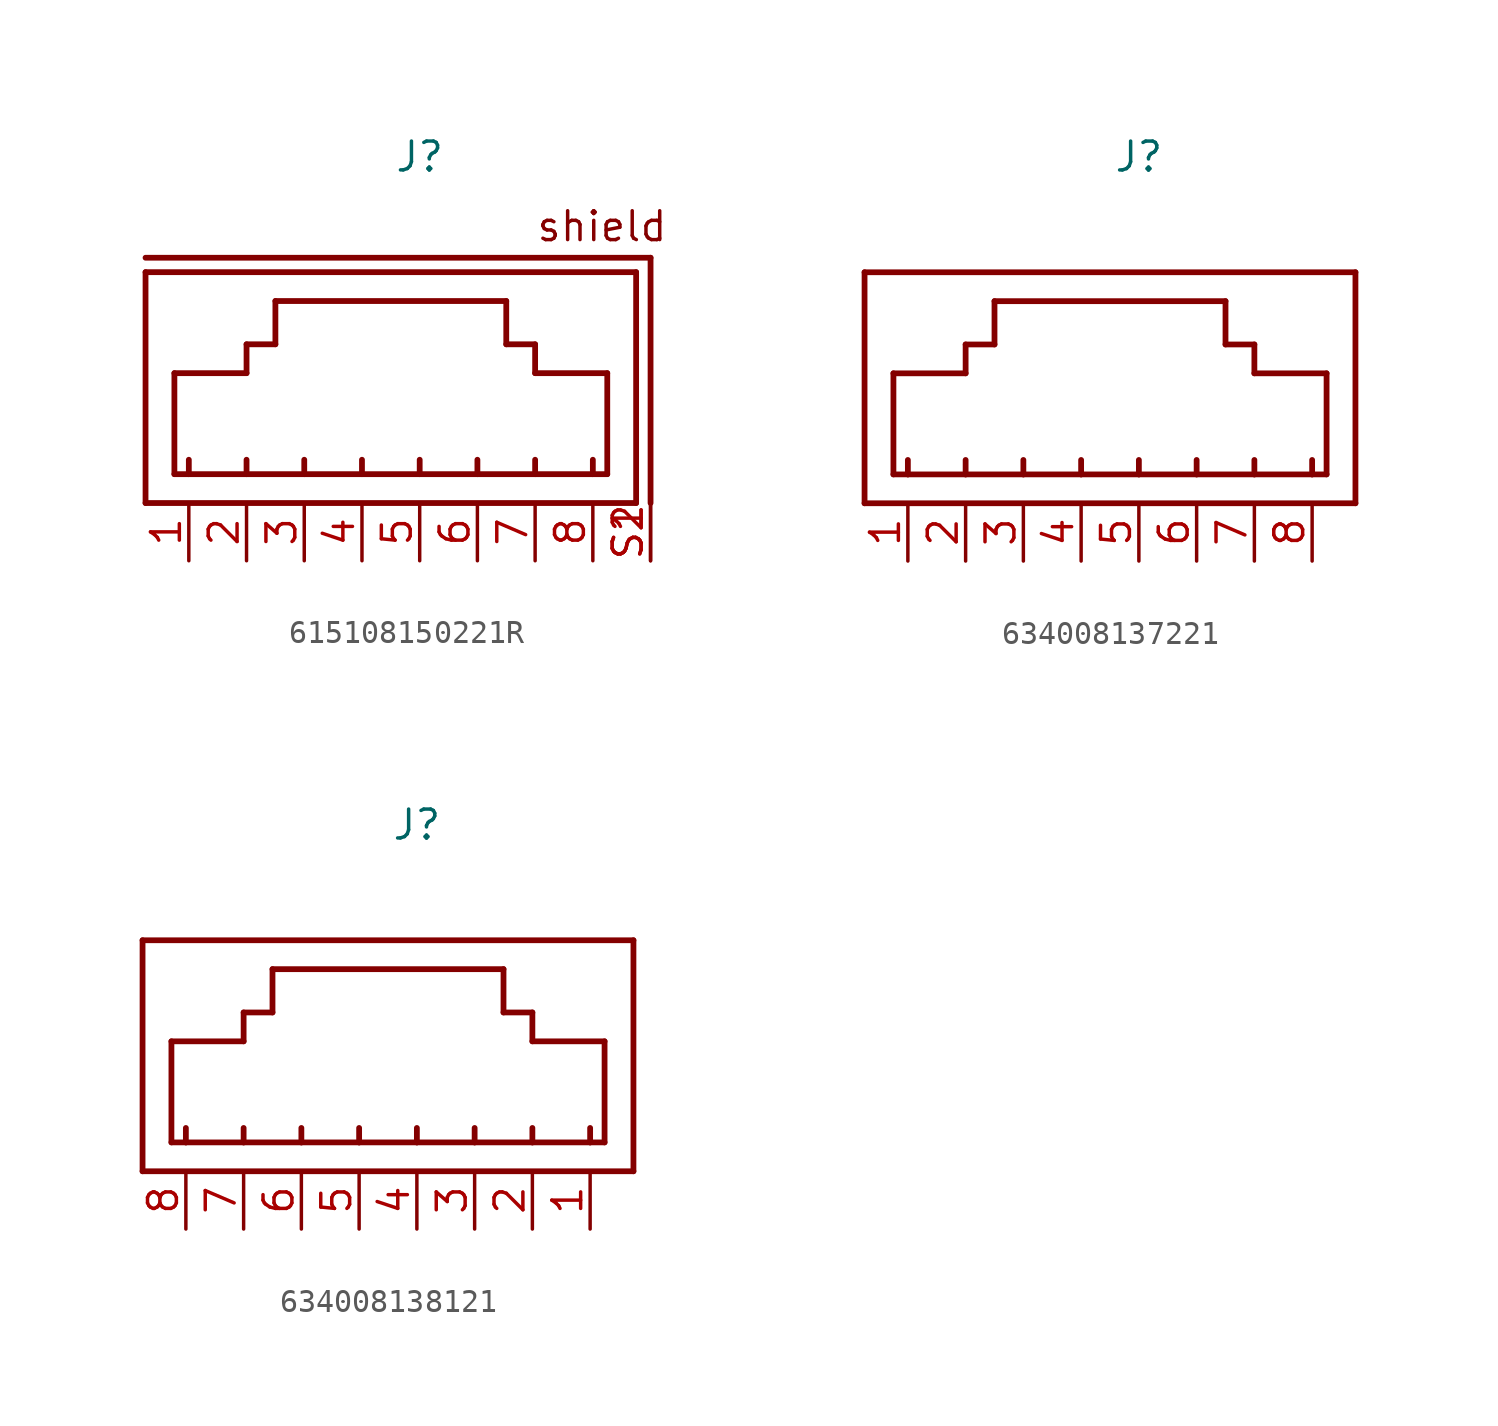
<source format=kicad_sym>
(kicad_symbol_lib
  (version 20241209)
  (generator "kicad_symbol_editor")
  (generator_version "9.0")
  (symbol "615108150221R"
    (pin_names
      (hide yes))
    (property "Reference" "J"
      (at 0 10.16 0)
      (effects (font (size 1.27 1.27))))
    (symbol "615108150221R_1_0"
      (polyline (pts (xy -12.065 5.715) (xy 10.16 5.715)) (stroke (width 0.254) (type solid)) (fill (type none)))
      (polyline (pts (xy -12.065 5.08) (xy 9.525 5.08)) (stroke (width 0.254) (type solid)) (fill (type none)))
      (polyline (pts (xy -12.065 -5.08) (xy -12.065 5.08)) (stroke (width 0.254) (type solid)) (fill (type none)))
      (polyline (pts (xy -10.795 0.635) (xy -7.62 0.635)) (stroke (width 0.254) (type solid)) (fill (type none)))
      (polyline (pts (xy -10.795 -3.81) (xy -10.795 0.635)) (stroke (width 0.254) (type solid)) (fill (type none)))
      (polyline (pts (xy -10.16 -3.81) (xy -10.795 -3.81)) (stroke (width 0.254) (type solid)) (fill (type none)))
      (polyline (pts (xy -10.16 -3.81) (xy -10.16 -3.175)) (stroke (width 0.254) (type solid)) (fill (type none)))
      (polyline (pts (xy -7.62 1.905) (xy -6.35 1.905)) (stroke (width 0.254) (type solid)) (fill (type none)))
      (polyline (pts (xy -7.62 0.635) (xy -7.62 1.905)) (stroke (width 0.254) (type solid)) (fill (type none)))
      (polyline (pts (xy -7.62 -3.81) (xy -10.16 -3.81)) (stroke (width 0.254) (type solid)) (fill (type none)))
      (polyline (pts (xy -7.62 -3.81) (xy -7.62 -3.175)) (stroke (width 0.254) (type solid)) (fill (type none)))
      (polyline (pts (xy -6.35 3.81) (xy 3.81 3.81)) (stroke (width 0.254) (type solid)) (fill (type none)))
      (polyline (pts (xy -6.35 1.905) (xy -6.35 3.81)) (stroke (width 0.254) (type solid)) (fill (type none)))
      (polyline (pts (xy -5.08 -3.81) (xy -7.62 -3.81)) (stroke (width 0.254) (type solid)) (fill (type none)))
      (polyline (pts (xy -5.08 -3.81) (xy -5.08 -3.175)) (stroke (width 0.254) (type solid)) (fill (type none)))
      (polyline (pts (xy -2.54 -3.81) (xy -5.08 -3.81)) (stroke (width 0.254) (type solid)) (fill (type none)))
      (polyline (pts (xy -2.54 -3.81) (xy -2.54 -3.175)) (stroke (width 0.254) (type solid)) (fill (type none)))
      (polyline (pts (xy 0 -3.81) (xy -2.54 -3.81)) (stroke (width 0.254) (type solid)) (fill (type none)))
      (polyline (pts (xy 0 -3.81) (xy 0 -3.175)) (stroke (width 0.254) (type solid)) (fill (type none)))
      (polyline (pts (xy 2.54 -3.81) (xy 0 -3.81)) (stroke (width 0.254) (type solid)) (fill (type none)))
      (polyline (pts (xy 2.54 -3.81) (xy 2.54 -3.175)) (stroke (width 0.254) (type solid)) (fill (type none)))
      (polyline (pts (xy 3.81 1.905) (xy 3.81 3.81)) (stroke (width 0.254) (type solid)) (fill (type none)))
      (polyline (pts (xy 5.08 1.905) (xy 3.81 1.905)) (stroke (width 0.254) (type solid)) (fill (type none)))
      (polyline (pts (xy 5.08 0.635) (xy 5.08 1.905)) (stroke (width 0.254) (type solid)) (fill (type none)))
      (polyline (pts (xy 5.08 -3.81) (xy 2.54 -3.81)) (stroke (width 0.254) (type solid)) (fill (type none)))
      (polyline (pts (xy 5.08 -3.81) (xy 5.08 -3.175)) (stroke (width 0.254) (type solid)) (fill (type none)))
      (polyline (pts (xy 7.62 -3.81) (xy 5.08 -3.81)) (stroke (width 0.254) (type solid)) (fill (type none)))
      (polyline (pts (xy 7.62 -3.81) (xy 7.62 -3.175)) (stroke (width 0.254) (type solid)) (fill (type none)))
      (polyline (pts (xy 8.255 0.635) (xy 5.08 0.635)) (stroke (width 0.254) (type solid)) (fill (type none)))
      (polyline (pts (xy 8.255 0.635) (xy 8.255 -3.81)) (stroke (width 0.254) (type solid)) (fill (type none)))
      (polyline (pts (xy 8.255 -3.81) (xy 7.62 -3.81)) (stroke (width 0.254) (type solid)) (fill (type none)))
      (polyline (pts (xy 9.525 5.08) (xy 9.525 -5.08)) (stroke (width 0.254) (type solid)) (fill (type none)))
      (polyline (pts (xy 9.525 -5.08) (xy -12.065 -5.08)) (stroke (width 0.254) (type solid)) (fill (type none)))
      (polyline (pts (xy 10.16 5.715) (xy 10.16 -5.08)) (stroke (width 0.254) (type solid)) (fill (type none)))
      (pin passive line (at -10.16 -7.62 90) (length 2.54) (name "1" (effects (font (size 1.27 1.27)))) (number "1" (effects (font (size 1.27 1.27)))))
      (pin passive line (at -7.62 -7.62 90) (length 2.54) (name "2" (effects (font (size 1.27 1.27)))) (number "2" (effects (font (size 1.27 1.27)))))
      (pin passive line (at -5.08 -7.62 90) (length 2.54) (name "3" (effects (font (size 1.27 1.27)))) (number "3" (effects (font (size 1.27 1.27)))))
      (pin passive line (at -2.54 -7.62 90) (length 2.54) (name "4" (effects (font (size 1.27 1.27)))) (number "4" (effects (font (size 1.27 1.27)))))
      (pin passive line (at 0 -7.62 90) (length 2.54) (name "5" (effects (font (size 1.27 1.27)))) (number "5" (effects (font (size 1.27 1.27)))))
      (pin passive line (at 2.54 -7.62 90) (length 2.54) (name "6" (effects (font (size 1.27 1.27)))) (number "6" (effects (font (size 1.27 1.27)))))
      (pin passive line (at 5.08 -7.62 90) (length 2.54) (name "7" (effects (font (size 1.27 1.27)))) (number "7" (effects (font (size 1.27 1.27)))))
      (pin passive line (at 7.62 -7.62 90) (length 2.54) (name "8" (effects (font (size 1.27 1.27)))) (number "8" (effects (font (size 1.27 1.27)))))
      (pin passive line (at 10.16 -7.62 90) (length 2.54) (name "SHIELD" (effects (font (size 1.27 1.27)))) (number "S1" (effects (font (size 1.27 1.27)))))
      (pin passive line (at 10.16 -7.62 90) (length 2.54) (name "SHIELD" (effects (font (size 1.27 1.27)))) (number "S2" (effects (font (size 1.27 1.27))))))
    (symbol "615108150221R_1_1"
      (text "shield" (at 5.08 6.35 0) (effects (font (size 1.27 1.27)) (justify left bottom)))))
  (symbol "634008137221"
    (pin_names
      (hide yes))
    (property "Reference" "J"
      (at 0 10.16 0)
      (effects (font (size 1.27 1.27))))
    (symbol "634008137221_1_0"
      (polyline (pts (xy -12.065 5.08) (xy 9.525 5.08)) (stroke (width 0.254) (type solid)) (fill (type none)))
      (polyline (pts (xy -12.065 -5.08) (xy -12.065 5.08)) (stroke (width 0.254) (type solid)) (fill (type none)))
      (polyline (pts (xy -10.795 0.635) (xy -7.62 0.635)) (stroke (width 0.254) (type solid)) (fill (type none)))
      (polyline (pts (xy -10.795 -3.81) (xy -10.795 0.635)) (stroke (width 0.254) (type solid)) (fill (type none)))
      (polyline (pts (xy -10.16 -3.81) (xy -10.795 -3.81)) (stroke (width 0.254) (type solid)) (fill (type none)))
      (polyline (pts (xy -10.16 -3.81) (xy -10.16 -3.175)) (stroke (width 0.254) (type solid)) (fill (type none)))
      (polyline (pts (xy -7.62 1.905) (xy -6.35 1.905)) (stroke (width 0.254) (type solid)) (fill (type none)))
      (polyline (pts (xy -7.62 0.635) (xy -7.62 1.905)) (stroke (width 0.254) (type solid)) (fill (type none)))
      (polyline (pts (xy -7.62 -3.81) (xy -10.16 -3.81)) (stroke (width 0.254) (type solid)) (fill (type none)))
      (polyline (pts (xy -7.62 -3.81) (xy -7.62 -3.175)) (stroke (width 0.254) (type solid)) (fill (type none)))
      (polyline (pts (xy -6.35 3.81) (xy 3.81 3.81)) (stroke (width 0.254) (type solid)) (fill (type none)))
      (polyline (pts (xy -6.35 1.905) (xy -6.35 3.81)) (stroke (width 0.254) (type solid)) (fill (type none)))
      (polyline (pts (xy -5.08 -3.81) (xy -7.62 -3.81)) (stroke (width 0.254) (type solid)) (fill (type none)))
      (polyline (pts (xy -5.08 -3.81) (xy -5.08 -3.175)) (stroke (width 0.254) (type solid)) (fill (type none)))
      (polyline (pts (xy -2.54 -3.81) (xy -5.08 -3.81)) (stroke (width 0.254) (type solid)) (fill (type none)))
      (polyline (pts (xy -2.54 -3.81) (xy -2.54 -3.175)) (stroke (width 0.254) (type solid)) (fill (type none)))
      (polyline (pts (xy 0 -3.81) (xy -2.54 -3.81)) (stroke (width 0.254) (type solid)) (fill (type none)))
      (polyline (pts (xy 0 -3.81) (xy 0 -3.175)) (stroke (width 0.254) (type solid)) (fill (type none)))
      (polyline (pts (xy 2.54 -3.175) (xy 2.54 -3.81)) (stroke (width 0.254) (type solid)) (fill (type none)))
      (polyline (pts (xy 2.54 -3.81) (xy 0 -3.81)) (stroke (width 0.254) (type solid)) (fill (type none)))
      (polyline (pts (xy 3.81 1.905) (xy 3.81 3.81)) (stroke (width 0.254) (type solid)) (fill (type none)))
      (polyline (pts (xy 5.08 1.905) (xy 3.81 1.905)) (stroke (width 0.254) (type solid)) (fill (type none)))
      (polyline (pts (xy 5.08 0.635) (xy 5.08 1.905)) (stroke (width 0.254) (type solid)) (fill (type none)))
      (polyline (pts (xy 5.08 -3.175) (xy 5.08 -3.81)) (stroke (width 0.254) (type solid)) (fill (type none)))
      (polyline (pts (xy 5.08 -3.81) (xy 2.54 -3.81)) (stroke (width 0.254) (type solid)) (fill (type none)))
      (polyline (pts (xy 7.62 -3.175) (xy 7.62 -3.81)) (stroke (width 0.254) (type solid)) (fill (type none)))
      (polyline (pts (xy 7.62 -3.81) (xy 5.08 -3.81)) (stroke (width 0.254) (type solid)) (fill (type none)))
      (polyline (pts (xy 8.255 0.635) (xy 5.08 0.635)) (stroke (width 0.254) (type solid)) (fill (type none)))
      (polyline (pts (xy 8.255 0.635) (xy 8.255 -3.81)) (stroke (width 0.254) (type solid)) (fill (type none)))
      (polyline (pts (xy 8.255 -3.81) (xy 7.62 -3.81)) (stroke (width 0.254) (type solid)) (fill (type none)))
      (polyline (pts (xy 9.525 5.08) (xy 9.525 -5.08)) (stroke (width 0.254) (type solid)) (fill (type none)))
      (polyline (pts (xy 9.525 -5.08) (xy -12.065 -5.08)) (stroke (width 0.254) (type solid)) (fill (type none)))
      (pin passive line (at -10.16 -7.62 90) (length 2.54) (name "1" (effects (font (size 1.27 1.27)))) (number "1" (effects (font (size 1.27 1.27)))))
      (pin passive line (at -7.62 -7.62 90) (length 2.54) (name "2" (effects (font (size 1.27 1.27)))) (number "2" (effects (font (size 1.27 1.27)))))
      (pin passive line (at -5.08 -7.62 90) (length 2.54) (name "3" (effects (font (size 1.27 1.27)))) (number "3" (effects (font (size 1.27 1.27)))))
      (pin passive line (at -2.54 -7.62 90) (length 2.54) (name "4" (effects (font (size 1.27 1.27)))) (number "4" (effects (font (size 1.27 1.27)))))
      (pin passive line (at 0 -7.62 90) (length 2.54) (name "5" (effects (font (size 1.27 1.27)))) (number "5" (effects (font (size 1.27 1.27)))))
      (pin passive line (at 2.54 -7.62 90) (length 2.54) (name "6" (effects (font (size 1.27 1.27)))) (number "6" (effects (font (size 1.27 1.27)))))
      (pin passive line (at 5.08 -7.62 90) (length 2.54) (name "7" (effects (font (size 1.27 1.27)))) (number "7" (effects (font (size 1.27 1.27)))))
      (pin passive line (at 7.62 -7.62 90) (length 2.54) (name "8" (effects (font (size 1.27 1.27)))) (number "8" (effects (font (size 1.27 1.27)))))))
  (symbol "634008138121"
    (pin_names
      (hide yes))
    (property "Reference" "J"
      (at 0 10.16 0)
      (effects (font (size 1.27 1.27))))
    (symbol "634008138121_1_0"
      (polyline (pts (xy -12.065 5.08) (xy 9.525 5.08)) (stroke (width 0.254) (type solid)) (fill (type none)))
      (polyline (pts (xy -12.065 -5.08) (xy -12.065 5.08)) (stroke (width 0.254) (type solid)) (fill (type none)))
      (polyline (pts (xy -10.795 0.635) (xy -7.62 0.635)) (stroke (width 0.254) (type solid)) (fill (type none)))
      (polyline (pts (xy -10.795 -3.81) (xy -10.795 0.635)) (stroke (width 0.254) (type solid)) (fill (type none)))
      (polyline (pts (xy -10.16 -3.81) (xy -10.795 -3.81)) (stroke (width 0.254) (type solid)) (fill (type none)))
      (polyline (pts (xy -10.16 -3.81) (xy -10.16 -3.175)) (stroke (width 0.254) (type solid)) (fill (type none)))
      (polyline (pts (xy -7.62 1.905) (xy -6.35 1.905)) (stroke (width 0.254) (type solid)) (fill (type none)))
      (polyline (pts (xy -7.62 0.635) (xy -7.62 1.905)) (stroke (width 0.254) (type solid)) (fill (type none)))
      (polyline (pts (xy -7.62 -3.81) (xy -10.16 -3.81)) (stroke (width 0.254) (type solid)) (fill (type none)))
      (polyline (pts (xy -7.62 -3.81) (xy -7.62 -3.175)) (stroke (width 0.254) (type solid)) (fill (type none)))
      (polyline (pts (xy -6.35 3.81) (xy 3.81 3.81)) (stroke (width 0.254) (type solid)) (fill (type none)))
      (polyline (pts (xy -6.35 1.905) (xy -6.35 3.81)) (stroke (width 0.254) (type solid)) (fill (type none)))
      (polyline (pts (xy -5.08 -3.81) (xy -7.62 -3.81)) (stroke (width 0.254) (type solid)) (fill (type none)))
      (polyline (pts (xy -5.08 -3.81) (xy -5.08 -3.175)) (stroke (width 0.254) (type solid)) (fill (type none)))
      (polyline (pts (xy -2.54 -3.81) (xy -5.08 -3.81)) (stroke (width 0.254) (type solid)) (fill (type none)))
      (polyline (pts (xy -2.54 -3.81) (xy -2.54 -3.175)) (stroke (width 0.254) (type solid)) (fill (type none)))
      (polyline (pts (xy 0 -3.81) (xy -2.54 -3.81)) (stroke (width 0.254) (type solid)) (fill (type none)))
      (polyline (pts (xy 0 -3.81) (xy 0 -3.175)) (stroke (width 0.254) (type solid)) (fill (type none)))
      (polyline (pts (xy 2.54 -3.175) (xy 2.54 -3.81)) (stroke (width 0.254) (type solid)) (fill (type none)))
      (polyline (pts (xy 2.54 -3.81) (xy 0 -3.81)) (stroke (width 0.254) (type solid)) (fill (type none)))
      (polyline (pts (xy 3.81 1.905) (xy 3.81 3.81)) (stroke (width 0.254) (type solid)) (fill (type none)))
      (polyline (pts (xy 5.08 1.905) (xy 3.81 1.905)) (stroke (width 0.254) (type solid)) (fill (type none)))
      (polyline (pts (xy 5.08 0.635) (xy 5.08 1.905)) (stroke (width 0.254) (type solid)) (fill (type none)))
      (polyline (pts (xy 5.08 -3.175) (xy 5.08 -3.81)) (stroke (width 0.254) (type solid)) (fill (type none)))
      (polyline (pts (xy 5.08 -3.81) (xy 2.54 -3.81)) (stroke (width 0.254) (type solid)) (fill (type none)))
      (polyline (pts (xy 7.62 -3.175) (xy 7.62 -3.81)) (stroke (width 0.254) (type solid)) (fill (type none)))
      (polyline (pts (xy 7.62 -3.81) (xy 5.08 -3.81)) (stroke (width 0.254) (type solid)) (fill (type none)))
      (polyline (pts (xy 8.255 0.635) (xy 5.08 0.635)) (stroke (width 0.254) (type solid)) (fill (type none)))
      (polyline (pts (xy 8.255 0.635) (xy 8.255 -3.81)) (stroke (width 0.254) (type solid)) (fill (type none)))
      (polyline (pts (xy 8.255 -3.81) (xy 7.62 -3.81)) (stroke (width 0.254) (type solid)) (fill (type none)))
      (polyline (pts (xy 9.525 5.08) (xy 9.525 -5.08)) (stroke (width 0.254) (type solid)) (fill (type none)))
      (polyline (pts (xy 9.525 -5.08) (xy -12.065 -5.08)) (stroke (width 0.254) (type solid)) (fill (type none)))
      (pin passive line (at -10.16 -7.62 90) (length 2.54) (name "8" (effects (font (size 1.27 1.27)))) (number "8" (effects (font (size 1.27 1.27)))))
      (pin passive line (at -7.62 -7.62 90) (length 2.54) (name "7" (effects (font (size 1.27 1.27)))) (number "7" (effects (font (size 1.27 1.27)))))
      (pin passive line (at -5.08 -7.62 90) (length 2.54) (name "6" (effects (font (size 1.27 1.27)))) (number "6" (effects (font (size 1.27 1.27)))))
      (pin passive line (at -2.54 -7.62 90) (length 2.54) (name "5" (effects (font (size 1.27 1.27)))) (number "5" (effects (font (size 1.27 1.27)))))
      (pin passive line (at 0 -7.62 90) (length 2.54) (name "4" (effects (font (size 1.27 1.27)))) (number "4" (effects (font (size 1.27 1.27)))))
      (pin passive line (at 2.54 -7.62 90) (length 2.54) (name "3" (effects (font (size 1.27 1.27)))) (number "3" (effects (font (size 1.27 1.27)))))
      (pin passive line (at 5.08 -7.62 90) (length 2.54) (name "2" (effects (font (size 1.27 1.27)))) (number "2" (effects (font (size 1.27 1.27)))))
      (pin passive line (at 7.62 -7.62 90) (length 2.54) (name "1" (effects (font (size 1.27 1.27)))) (number "1" (effects (font (size 1.27 1.27))))))))
</source>
